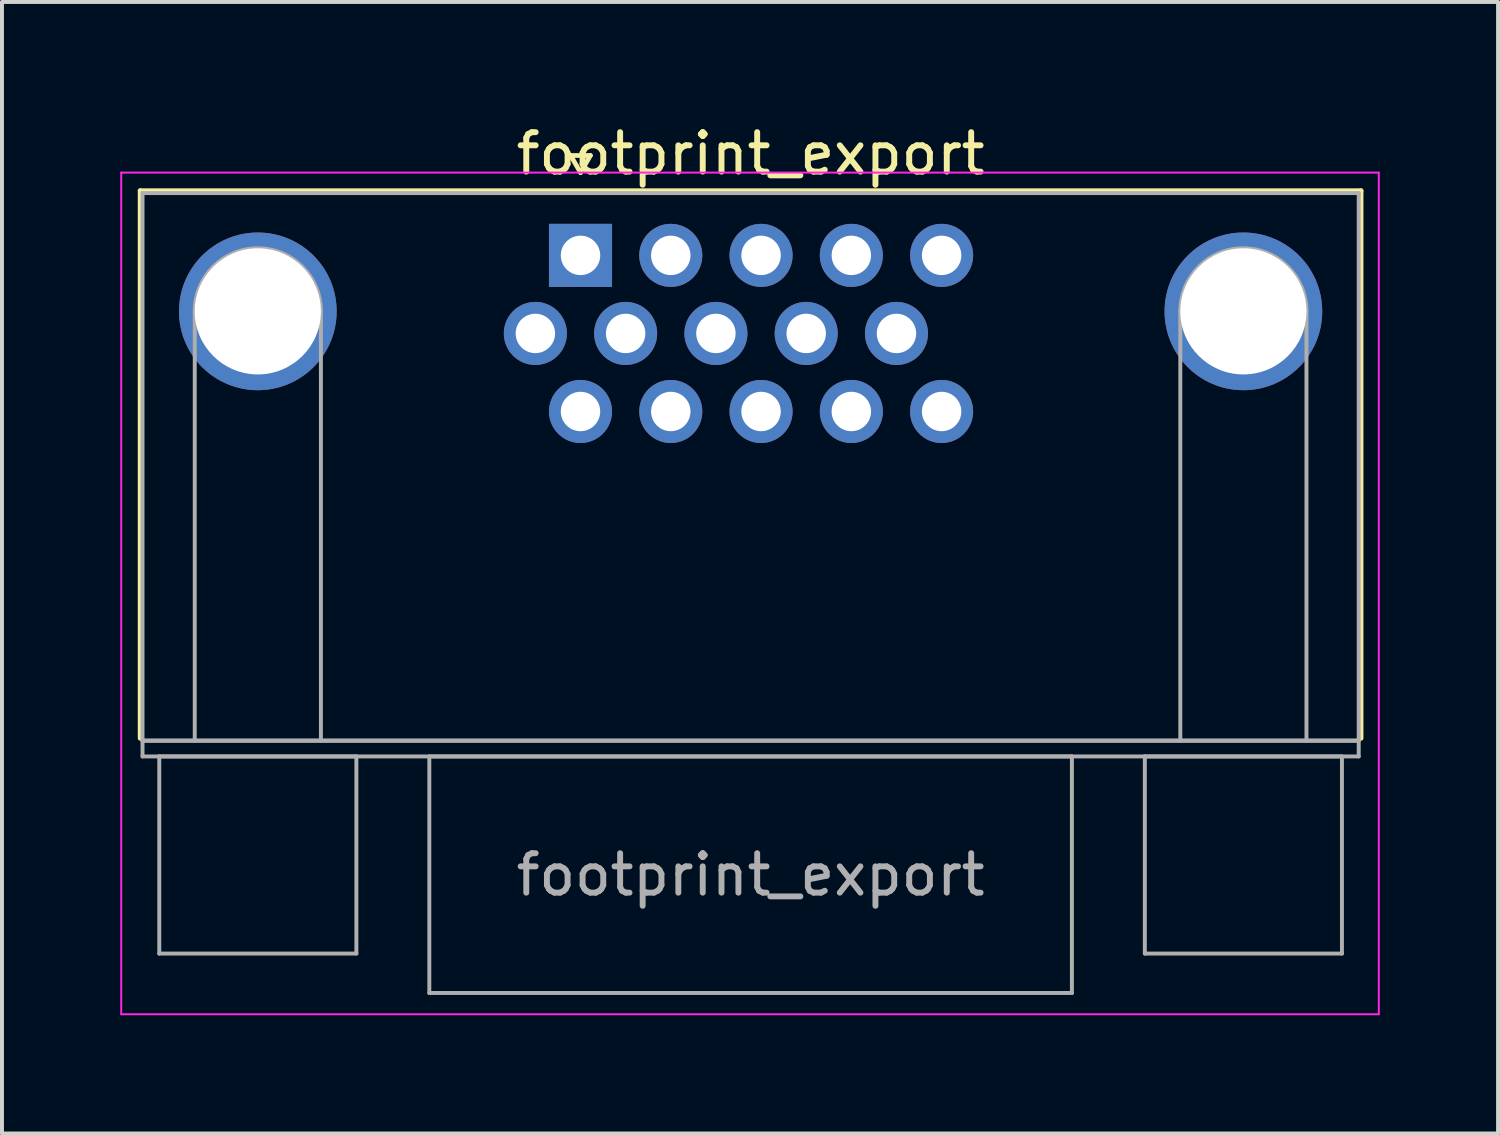
<source format=kicad_pcb>
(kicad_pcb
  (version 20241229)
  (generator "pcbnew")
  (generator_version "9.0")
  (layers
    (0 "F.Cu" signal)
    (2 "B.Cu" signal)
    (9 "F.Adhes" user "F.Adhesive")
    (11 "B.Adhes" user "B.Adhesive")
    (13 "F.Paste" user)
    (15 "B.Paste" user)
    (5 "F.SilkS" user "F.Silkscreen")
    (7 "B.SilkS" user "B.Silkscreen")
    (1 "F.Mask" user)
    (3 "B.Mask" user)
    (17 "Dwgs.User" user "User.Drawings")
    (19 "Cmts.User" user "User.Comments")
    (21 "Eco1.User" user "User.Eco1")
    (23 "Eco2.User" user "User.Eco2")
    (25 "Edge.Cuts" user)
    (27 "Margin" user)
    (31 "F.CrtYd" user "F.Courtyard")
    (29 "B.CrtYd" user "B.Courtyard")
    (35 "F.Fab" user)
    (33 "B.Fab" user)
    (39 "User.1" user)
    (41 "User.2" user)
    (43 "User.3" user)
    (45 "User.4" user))
  (footprint "footprint_export"
    (layer "F.Cu")
    (at 11.675 3.428)
    (property "Reference" "footprint_export" (at 4.315 -2.58 0) (layer "F.SilkS") (effects (font (size 1 1) (thickness 0.15))))
    (attr through_hole)
    (fp_line (start -11.17 -1.64) (end 19.8 -1.64) (stroke (width 0.12) (type solid)) (layer "F.SilkS"))
    (fp_line (start -11.17 12.25) (end -11.17 -1.64) (stroke (width 0.12) (type solid)) (layer "F.SilkS"))
    (fp_line (start -0.25 -2.534) (end 0.25 -2.534) (stroke (width 0.12) (type solid)) (layer "F.SilkS"))
    (fp_line (start 0 -2.101) (end -0.25 -2.534) (stroke (width 0.12) (type solid)) (layer "F.SilkS"))
    (fp_line (start 0.25 -2.534) (end 0 -2.101) (stroke (width 0.12) (type solid)) (layer "F.SilkS"))
    (fp_line (start 19.8 -1.64) (end 19.8 12.25) (stroke (width 0.12) (type solid)) (layer "F.SilkS"))
    (fp_line (start -11.65 -2.1) (end -11.65 19.25) (stroke (width 0.05) (type solid)) (layer "F.CrtYd"))
    (fp_line (start -11.65 19.25) (end 20.25 19.25) (stroke (width 0.05) (type solid)) (layer "F.CrtYd"))
    (fp_line (start 20.25 -2.1) (end -11.65 -2.1) (stroke (width 0.05) (type solid)) (layer "F.CrtYd"))
    (fp_line (start 20.25 19.25) (end 20.25 -2.1) (stroke (width 0.05) (type solid)) (layer "F.CrtYd"))
    (fp_line (start -11.11 -1.58) (end -11.11 12.31) (stroke (width 0.1) (type solid)) (layer "F.Fab"))
    (fp_line (start -11.11 12.31) (end -11.11 12.71) (stroke (width 0.1) (type solid)) (layer "F.Fab"))
    (fp_line (start -11.11 12.31) (end 19.74 12.31) (stroke (width 0.1) (type solid)) (layer "F.Fab"))
    (fp_line (start -11.11 12.71) (end 19.74 12.71) (stroke (width 0.1) (type solid)) (layer "F.Fab"))
    (fp_line (start -10.685 12.71) (end -10.685 17.71) (stroke (width 0.1) (type solid)) (layer "F.Fab"))
    (fp_line (start -10.685 17.71) (end -5.685 17.71) (stroke (width 0.1) (type solid)) (layer "F.Fab"))
    (fp_line (start -9.785 12.31) (end -9.785 1.42) (stroke (width 0.1) (type solid)) (layer "F.Fab"))
    (fp_line (start -6.585 12.31) (end -6.585 1.42) (stroke (width 0.1) (type solid)) (layer "F.Fab"))
    (fp_line (start -5.685 12.71) (end -10.685 12.71) (stroke (width 0.1) (type solid)) (layer "F.Fab"))
    (fp_line (start -5.685 17.71) (end -5.685 12.71) (stroke (width 0.1) (type solid)) (layer "F.Fab"))
    (fp_line (start -3.835 12.71) (end -3.835 18.71) (stroke (width 0.1) (type solid)) (layer "F.Fab"))
    (fp_line (start -3.835 18.71) (end 12.465 18.71) (stroke (width 0.1) (type solid)) (layer "F.Fab"))
    (fp_line (start 12.465 12.71) (end -3.835 12.71) (stroke (width 0.1) (type solid)) (layer "F.Fab"))
    (fp_line (start 12.465 18.71) (end 12.465 12.71) (stroke (width 0.1) (type solid)) (layer "F.Fab"))
    (fp_line (start 14.315 12.71) (end 14.315 17.71) (stroke (width 0.1) (type solid)) (layer "F.Fab"))
    (fp_line (start 14.315 17.71) (end 19.315 17.71) (stroke (width 0.1) (type solid)) (layer "F.Fab"))
    (fp_line (start 15.215 12.31) (end 15.215 1.42) (stroke (width 0.1) (type solid)) (layer "F.Fab"))
    (fp_line (start 18.415 12.31) (end 18.415 1.42) (stroke (width 0.1) (type solid)) (layer "F.Fab"))
    (fp_line (start 19.315 12.71) (end 14.315 12.71) (stroke (width 0.1) (type solid)) (layer "F.Fab"))
    (fp_line (start 19.315 17.71) (end 19.315 12.71) (stroke (width 0.1) (type solid)) (layer "F.Fab"))
    (fp_line (start 19.74 -1.58) (end -11.11 -1.58) (stroke (width 0.1) (type solid)) (layer "F.Fab"))
    (fp_line (start 19.74 12.31) (end -11.11 12.31) (stroke (width 0.1) (type solid)) (layer "F.Fab"))
    (fp_line (start 19.74 12.31) (end 19.74 -1.58) (stroke (width 0.1) (type solid)) (layer "F.Fab"))
    (fp_line (start 19.74 12.71) (end 19.74 12.31) (stroke (width 0.1) (type solid)) (layer "F.Fab"))
    (fp_arc (start -9.785 1.42) (mid -8.185 -0.18) (end -6.585 1.42) (stroke (width 0.1) (type solid)) (layer "F.Fab"))
    (fp_arc (start 15.215 1.42) (mid 16.815 -0.18) (end 18.415 1.42) (stroke (width 0.1) (type solid)) (layer "F.Fab"))
    (fp_text user "${REFERENCE}" (at 4.315 15.71 0) (layer "F.Fab") (effects (font (size 1 1) (thickness 0.15))))
    (pad "0" thru_hole circle (at -8.185 1.42) (size 4 4) (drill 3.2) (layers "*.Cu" "*.Mask"))
    (pad "0" thru_hole circle (at 16.815 1.42) (size 4 4) (drill 3.2) (layers "*.Cu" "*.Mask"))
    (pad "1" thru_hole rect (at 0 0) (size 1.6 1.6) (drill 1) (layers "*.Cu" "*.Mask"))
    (pad "2" thru_hole circle (at 2.29 0) (size 1.6 1.6) (drill 1) (layers "*.Cu" "*.Mask"))
    (pad "3" thru_hole circle (at 4.58 0) (size 1.6 1.6) (drill 1) (layers "*.Cu" "*.Mask"))
    (pad "4" thru_hole circle (at 6.87 0) (size 1.6 1.6) (drill 1) (layers "*.Cu" "*.Mask"))
    (pad "5" thru_hole circle (at 9.16 0) (size 1.6 1.6) (drill 1) (layers "*.Cu" "*.Mask"))
    (pad "6" thru_hole circle (at -1.145 1.98) (size 1.6 1.6) (drill 1) (layers "*.Cu" "*.Mask"))
    (pad "7" thru_hole circle (at 1.145 1.98) (size 1.6 1.6) (drill 1) (layers "*.Cu" "*.Mask"))
    (pad "8" thru_hole circle (at 3.435 1.98) (size 1.6 1.6) (drill 1) (layers "*.Cu" "*.Mask"))
    (pad "9" thru_hole circle (at 5.725 1.98) (size 1.6 1.6) (drill 1) (layers "*.Cu" "*.Mask"))
    (pad "10" thru_hole circle (at 8.015 1.98) (size 1.6 1.6) (drill 1) (layers "*.Cu" "*.Mask"))
    (pad "11" thru_hole circle (at 0 3.96) (size 1.6 1.6) (drill 1) (layers "*.Cu" "*.Mask"))
    (pad "12" thru_hole circle (at 2.29 3.96) (size 1.6 1.6) (drill 1) (layers "*.Cu" "*.Mask"))
    (pad "13" thru_hole circle (at 4.58 3.96) (size 1.6 1.6) (drill 1) (layers "*.Cu" "*.Mask"))
    (pad "14" thru_hole circle (at 6.87 3.96) (size 1.6 1.6) (drill 1) (layers "*.Cu" "*.Mask"))
    (pad "15" thru_hole circle (at 9.16 3.96) (size 1.6 1.6) (drill 1) (layers "*.Cu" "*.Mask")))
  (gr_rect
    (start -3 -3)
    (end 34.95 25.703)
    (stroke (width 0.1) (type default))
    (fill no)
    (layer "Edge.Cuts")))
</source>
